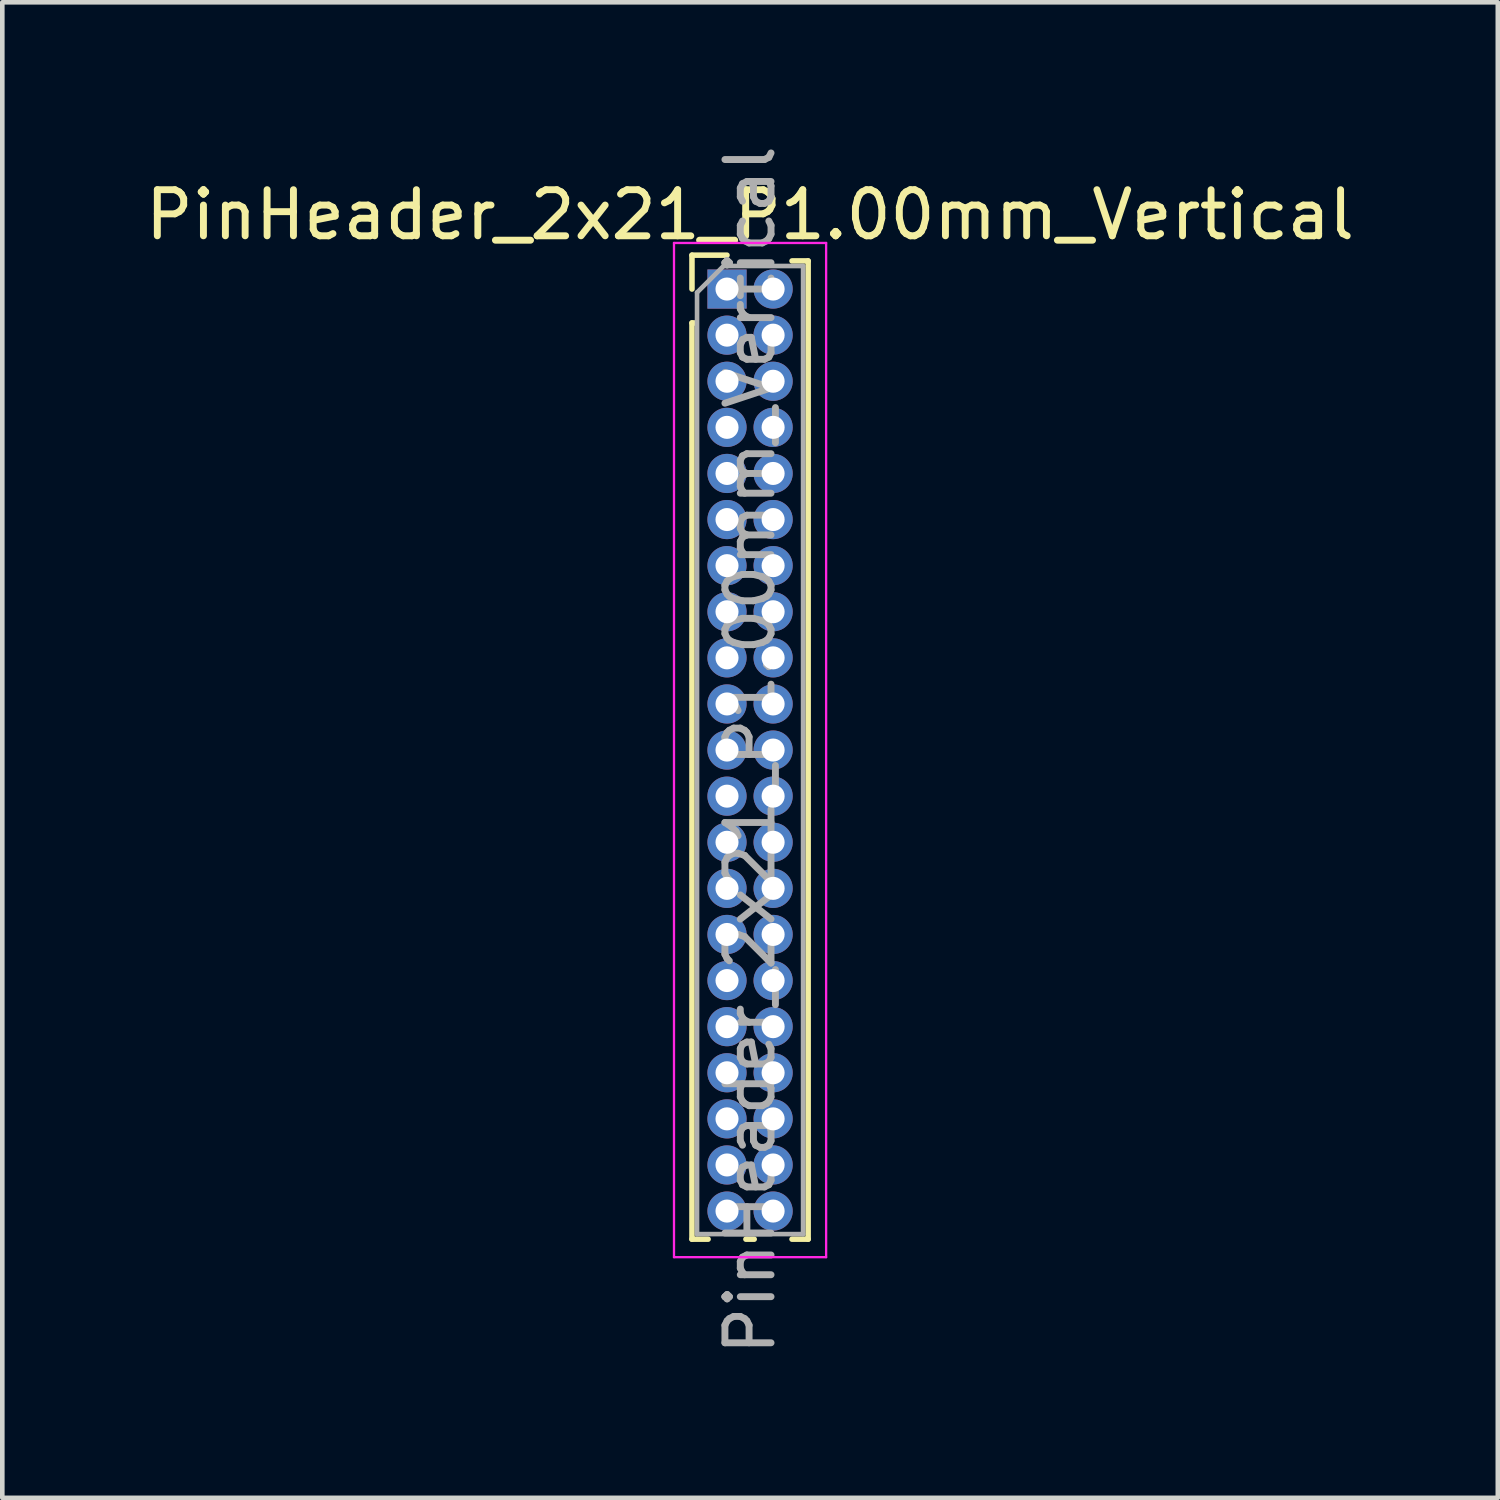
<source format=kicad_pcb>
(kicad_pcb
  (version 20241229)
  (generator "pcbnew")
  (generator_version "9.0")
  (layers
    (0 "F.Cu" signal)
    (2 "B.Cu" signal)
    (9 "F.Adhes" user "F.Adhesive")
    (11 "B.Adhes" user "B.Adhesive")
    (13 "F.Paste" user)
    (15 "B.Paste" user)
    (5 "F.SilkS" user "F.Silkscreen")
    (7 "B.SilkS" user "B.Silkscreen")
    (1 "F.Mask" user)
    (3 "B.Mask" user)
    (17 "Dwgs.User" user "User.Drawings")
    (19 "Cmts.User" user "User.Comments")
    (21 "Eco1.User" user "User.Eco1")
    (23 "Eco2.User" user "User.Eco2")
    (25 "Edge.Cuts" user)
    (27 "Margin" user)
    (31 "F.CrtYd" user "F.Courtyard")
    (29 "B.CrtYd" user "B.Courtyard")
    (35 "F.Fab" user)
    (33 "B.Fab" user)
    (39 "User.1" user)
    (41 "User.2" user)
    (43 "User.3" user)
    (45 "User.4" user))
  (footprint "PinHeader_2x21_P1.00mm_Vertical"
    (layer "F.Cu")
    (at 12.72 3.22)
    (property "Reference" "PinHeader_2x21_P1.00mm_Vertical" (at 0.5 -1.61 0) (layer "F.SilkS") (effects (font (size 1 1) (thickness 0.15))))
    (attr through_hole)
    (fp_line (start -0.76 -0.735) (end 0 -0.735) (stroke (width 0.12) (type solid)) (layer "F.SilkS"))
    (fp_line (start -0.76 0) (end -0.76 -0.735) (stroke (width 0.12) (type solid)) (layer "F.SilkS"))
    (fp_line (start -0.76 0.735) (end -0.76 20.61) (stroke (width 0.12) (type solid)) (layer "F.SilkS"))
    (fp_line (start -0.76 0.735) (end -0.686 0.735) (stroke (width 0.12) (type solid)) (layer "F.SilkS"))
    (fp_line (start -0.76 20.61) (end -0.41 20.61) (stroke (width 0.12) (type solid)) (layer "F.SilkS"))
    (fp_line (start 0.41 20.61) (end 0.59 20.61) (stroke (width 0.12) (type solid)) (layer "F.SilkS"))
    (fp_line (start 1.41 -0.61) (end 1.76 -0.61) (stroke (width 0.12) (type solid)) (layer "F.SilkS"))
    (fp_line (start 1.41 20.61) (end 1.76 20.61) (stroke (width 0.12) (type solid)) (layer "F.SilkS"))
    (fp_line (start 1.76 -0.61) (end 1.76 20.61) (stroke (width 0.12) (type solid)) (layer "F.SilkS"))
    (fp_line (start -1.15 -1) (end -1.15 21) (stroke (width 0.05) (type solid)) (layer "F.CrtYd"))
    (fp_line (start -1.15 21) (end 2.15 21) (stroke (width 0.05) (type solid)) (layer "F.CrtYd"))
    (fp_line (start 2.15 -1) (end -1.15 -1) (stroke (width 0.05) (type solid)) (layer "F.CrtYd"))
    (fp_line (start 2.15 21) (end 2.15 -1) (stroke (width 0.05) (type solid)) (layer "F.CrtYd"))
    (fp_line (start -0.65 0.075) (end -0.075 -0.5) (stroke (width 0.1) (type solid)) (layer "F.Fab"))
    (fp_line (start -0.65 20.5) (end -0.65 0.075) (stroke (width 0.1) (type solid)) (layer "F.Fab"))
    (fp_line (start -0.075 -0.5) (end 1.65 -0.5) (stroke (width 0.1) (type solid)) (layer "F.Fab"))
    (fp_line (start 1.65 -0.5) (end 1.65 20.5) (stroke (width 0.1) (type solid)) (layer "F.Fab"))
    (fp_line (start 1.65 20.5) (end -0.65 20.5) (stroke (width 0.1) (type solid)) (layer "F.Fab"))
    (fp_text user "${REFERENCE}" (at 0.5 10 90) (layer "F.Fab") (effects (font (size 1 1) (thickness 0.15))))
    (pad "1" thru_hole rect (at 0 0) (size 0.85 0.85) (drill 0.5) (layers "*.Cu" "*.Mask"))
    (pad "2" thru_hole circle (at 1 0) (size 0.85 0.85) (drill 0.5) (layers "*.Cu" "*.Mask"))
    (pad "3" thru_hole circle (at 0 1) (size 0.85 0.85) (drill 0.5) (layers "*.Cu" "*.Mask"))
    (pad "4" thru_hole circle (at 1 1) (size 0.85 0.85) (drill 0.5) (layers "*.Cu" "*.Mask"))
    (pad "5" thru_hole circle (at 0 2) (size 0.85 0.85) (drill 0.5) (layers "*.Cu" "*.Mask"))
    (pad "6" thru_hole circle (at 1 2) (size 0.85 0.85) (drill 0.5) (layers "*.Cu" "*.Mask"))
    (pad "7" thru_hole circle (at 0 3) (size 0.85 0.85) (drill 0.5) (layers "*.Cu" "*.Mask"))
    (pad "8" thru_hole circle (at 1 3) (size 0.85 0.85) (drill 0.5) (layers "*.Cu" "*.Mask"))
    (pad "9" thru_hole circle (at 0 4) (size 0.85 0.85) (drill 0.5) (layers "*.Cu" "*.Mask"))
    (pad "10" thru_hole circle (at 1 4) (size 0.85 0.85) (drill 0.5) (layers "*.Cu" "*.Mask"))
    (pad "11" thru_hole circle (at 0 5) (size 0.85 0.85) (drill 0.5) (layers "*.Cu" "*.Mask"))
    (pad "12" thru_hole circle (at 1 5) (size 0.85 0.85) (drill 0.5) (layers "*.Cu" "*.Mask"))
    (pad "13" thru_hole circle (at 0 6) (size 0.85 0.85) (drill 0.5) (layers "*.Cu" "*.Mask"))
    (pad "14" thru_hole circle (at 1 6) (size 0.85 0.85) (drill 0.5) (layers "*.Cu" "*.Mask"))
    (pad "15" thru_hole circle (at 0 7) (size 0.85 0.85) (drill 0.5) (layers "*.Cu" "*.Mask"))
    (pad "16" thru_hole circle (at 1 7) (size 0.85 0.85) (drill 0.5) (layers "*.Cu" "*.Mask"))
    (pad "17" thru_hole circle (at 0 8) (size 0.85 0.85) (drill 0.5) (layers "*.Cu" "*.Mask"))
    (pad "18" thru_hole circle (at 1 8) (size 0.85 0.85) (drill 0.5) (layers "*.Cu" "*.Mask"))
    (pad "19" thru_hole circle (at 0 9) (size 0.85 0.85) (drill 0.5) (layers "*.Cu" "*.Mask"))
    (pad "20" thru_hole circle (at 1 9) (size 0.85 0.85) (drill 0.5) (layers "*.Cu" "*.Mask"))
    (pad "21" thru_hole circle (at 0 10) (size 0.85 0.85) (drill 0.5) (layers "*.Cu" "*.Mask"))
    (pad "22" thru_hole circle (at 1 10) (size 0.85 0.85) (drill 0.5) (layers "*.Cu" "*.Mask"))
    (pad "23" thru_hole circle (at 0 11) (size 0.85 0.85) (drill 0.5) (layers "*.Cu" "*.Mask"))
    (pad "24" thru_hole circle (at 1 11) (size 0.85 0.85) (drill 0.5) (layers "*.Cu" "*.Mask"))
    (pad "25" thru_hole circle (at 0 12) (size 0.85 0.85) (drill 0.5) (layers "*.Cu" "*.Mask"))
    (pad "26" thru_hole circle (at 1 12) (size 0.85 0.85) (drill 0.5) (layers "*.Cu" "*.Mask"))
    (pad "27" thru_hole circle (at 0 13) (size 0.85 0.85) (drill 0.5) (layers "*.Cu" "*.Mask"))
    (pad "28" thru_hole circle (at 1 13) (size 0.85 0.85) (drill 0.5) (layers "*.Cu" "*.Mask"))
    (pad "29" thru_hole circle (at 0 14) (size 0.85 0.85) (drill 0.5) (layers "*.Cu" "*.Mask"))
    (pad "30" thru_hole circle (at 1 14) (size 0.85 0.85) (drill 0.5) (layers "*.Cu" "*.Mask"))
    (pad "31" thru_hole circle (at 0 15) (size 0.85 0.85) (drill 0.5) (layers "*.Cu" "*.Mask"))
    (pad "32" thru_hole circle (at 1 15) (size 0.85 0.85) (drill 0.5) (layers "*.Cu" "*.Mask"))
    (pad "33" thru_hole circle (at 0 16) (size 0.85 0.85) (drill 0.5) (layers "*.Cu" "*.Mask"))
    (pad "34" thru_hole circle (at 1 16) (size 0.85 0.85) (drill 0.5) (layers "*.Cu" "*.Mask"))
    (pad "35" thru_hole circle (at 0 17) (size 0.85 0.85) (drill 0.5) (layers "*.Cu" "*.Mask"))
    (pad "36" thru_hole circle (at 1 17) (size 0.85 0.85) (drill 0.5) (layers "*.Cu" "*.Mask"))
    (pad "37" thru_hole circle (at 0 18) (size 0.85 0.85) (drill 0.5) (layers "*.Cu" "*.Mask"))
    (pad "38" thru_hole circle (at 1 18) (size 0.85 0.85) (drill 0.5) (layers "*.Cu" "*.Mask"))
    (pad "39" thru_hole circle (at 0 19) (size 0.85 0.85) (drill 0.5) (layers "*.Cu" "*.Mask"))
    (pad "40" thru_hole circle (at 1 19) (size 0.85 0.85) (drill 0.5) (layers "*.Cu" "*.Mask"))
    (pad "41" thru_hole circle (at 0 20) (size 0.85 0.85) (drill 0.5) (layers "*.Cu" "*.Mask"))
    (pad "42" thru_hole circle (at 1 20) (size 0.85 0.85) (drill 0.5) (layers "*.Cu" "*.Mask")))
  (gr_rect
    (start -3 -3)
    (end 29.44 29.44)
    (stroke (width 0.1) (type default))
    (fill no)
    (layer "Edge.Cuts")))
</source>
